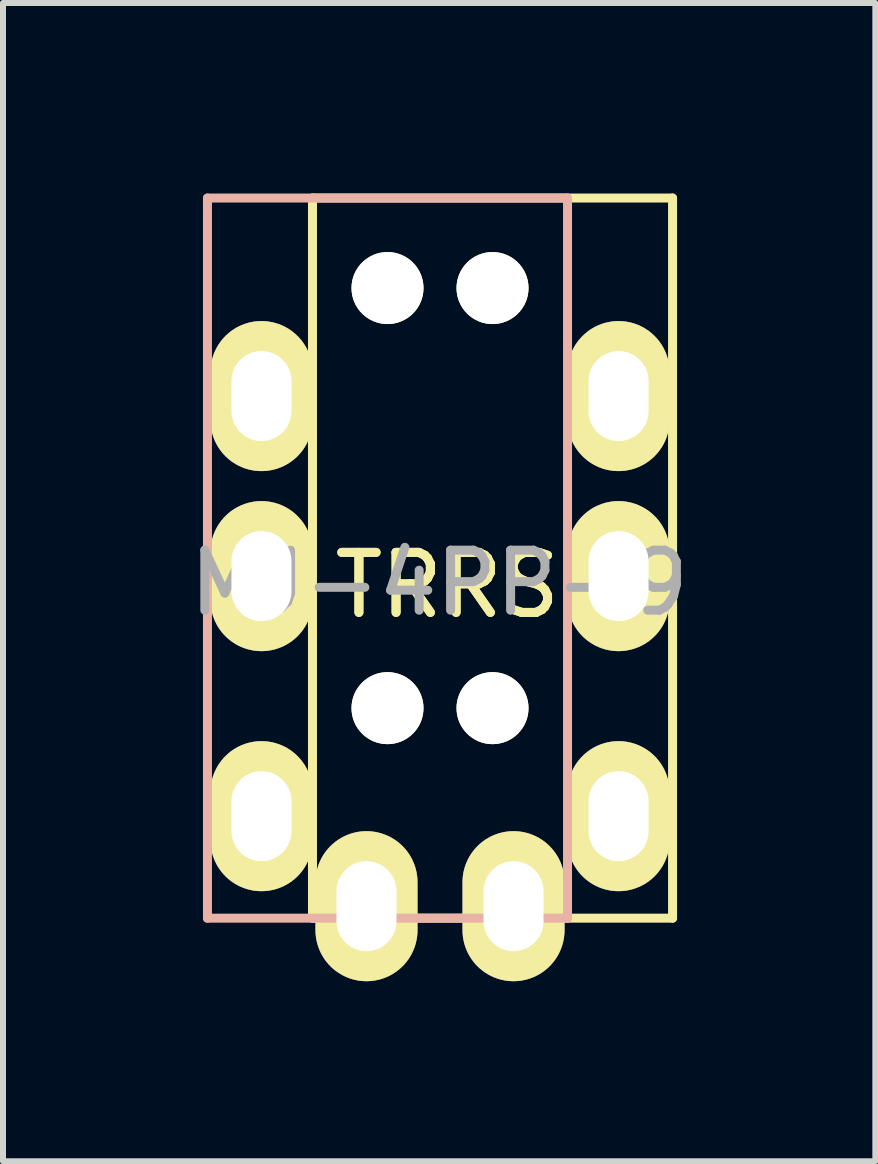
<source format=kicad_pcb>
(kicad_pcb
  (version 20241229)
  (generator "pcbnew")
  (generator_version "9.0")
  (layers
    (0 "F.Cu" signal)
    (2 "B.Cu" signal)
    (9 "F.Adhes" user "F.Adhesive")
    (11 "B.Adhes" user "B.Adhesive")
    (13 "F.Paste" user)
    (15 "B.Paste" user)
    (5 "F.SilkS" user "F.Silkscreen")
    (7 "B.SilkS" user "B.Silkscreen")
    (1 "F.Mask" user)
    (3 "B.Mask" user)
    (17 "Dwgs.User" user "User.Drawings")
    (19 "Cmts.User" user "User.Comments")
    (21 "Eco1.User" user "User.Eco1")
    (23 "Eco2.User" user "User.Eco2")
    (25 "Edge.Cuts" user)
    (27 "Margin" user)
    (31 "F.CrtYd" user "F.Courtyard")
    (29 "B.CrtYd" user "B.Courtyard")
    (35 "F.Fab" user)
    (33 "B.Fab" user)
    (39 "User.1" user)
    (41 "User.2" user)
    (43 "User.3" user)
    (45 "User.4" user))
  (footprint "MJ-4PP-9"
    (layer "F.Cu")
    (at 5.157 0.25)
    (property "Reference" "MJ-4PP-9" (at -0.889 6.413 0) (layer "F.Fab") (effects (font (size 1 1) (thickness 0.15))))
    (attr through_hole)
    (fp_line (start -3 0) (end 3 0) (stroke (width 0.15) (type solid)) (layer "F.SilkS"))
    (fp_line (start -3 12) (end -3 0) (stroke (width 0.15) (type solid)) (layer "F.SilkS"))
    (fp_line (start 3 0) (end 3 12) (stroke (width 0.15) (type solid)) (layer "F.SilkS"))
    (fp_line (start 3 12) (end -3 12) (stroke (width 0.15) (type solid)) (layer "F.SilkS"))
    (fp_line (start -4.75 0) (end 1.25 0) (stroke (width 0.15) (type solid)) (layer "B.SilkS"))
    (fp_line (start -4.75 12) (end -4.75 0) (stroke (width 0.15) (type solid)) (layer "B.SilkS"))
    (fp_line (start 1.25 0) (end 1.25 12) (stroke (width 0.15) (type solid)) (layer "B.SilkS"))
    (fp_line (start 1.25 12) (end -4.75 12) (stroke (width 0.15) (type solid)) (layer "B.SilkS"))
    (fp_text user "TRRS" (at -0.75 6.45 0) (layer "F.SilkS") (effects (font (size 1 1) (thickness 0.15))))
    (fp_text user "TRRS" (at -0.75 6.45 0) (layer "F.SilkS") (effects (font (size 1 1) (thickness 0.15))))
    (pad "" np_thru_hole circle (at -1.75 1.5) (size 1.2 1.2) (drill 1.2) (layers "*.Cu" "*.Mask" "F.SilkS"))
    (pad "" np_thru_hole circle (at -1.75 8.5) (size 1.2 1.2) (drill 1.2) (layers "*.Cu" "*.Mask" "F.SilkS"))
    (pad "" np_thru_hole circle (at 0 1.5) (size 1.2 1.2) (drill 1.2) (layers "*.Cu" "*.Mask" "F.SilkS"))
    (pad "" np_thru_hole circle (at 0 8.5) (size 1.2 1.2) (drill 1.2) (layers "*.Cu" "*.Mask" "F.SilkS"))
    (pad "1" thru_hole oval (at -3.85 10.3) (size 1.7 2.5) (drill oval 1 1.5) (layers "*.Cu" "*.Mask" "F.SilkS"))
    (pad "1" thru_hole oval (at 2.1 10.3) (size 1.7 2.5) (drill oval 1 1.5) (layers "*.Cu" "*.Mask" "F.SilkS"))
    (pad "2" thru_hole oval (at -3.85 6.3) (size 1.7 2.5) (drill oval 1 1.5) (layers "*.Cu" "*.Mask" "F.SilkS"))
    (pad "2" thru_hole oval (at 2.1 6.3) (size 1.7 2.5) (drill oval 1 1.5) (layers "*.Cu" "*.Mask" "F.SilkS"))
    (pad "3" thru_hole oval (at -3.85 3.3) (size 1.7 2.5) (drill oval 1 1.5) (layers "*.Cu" "*.Mask" "F.SilkS"))
    (pad "3" thru_hole oval (at 2.1 3.3) (size 1.7 2.5) (drill oval 1 1.5) (layers "*.Cu" "*.Mask" "F.SilkS"))
    (pad "4" thru_hole oval (at -2.1 11.8) (size 1.7 2.5) (drill oval 1 1.5) (layers "*.Cu" "*.Mask" "F.SilkS"))
    (pad "5" thru_hole oval (at 0.35 11.8) (size 1.7 2.5) (drill oval 1 1.5) (layers "*.Cu" "*.Mask" "F.SilkS")))
  (gr_rect
    (start -3 -3)
    (end 11.536 16.3)
    (stroke (width 0.1) (type default))
    (fill no)
    (layer "Edge.Cuts")))
</source>
